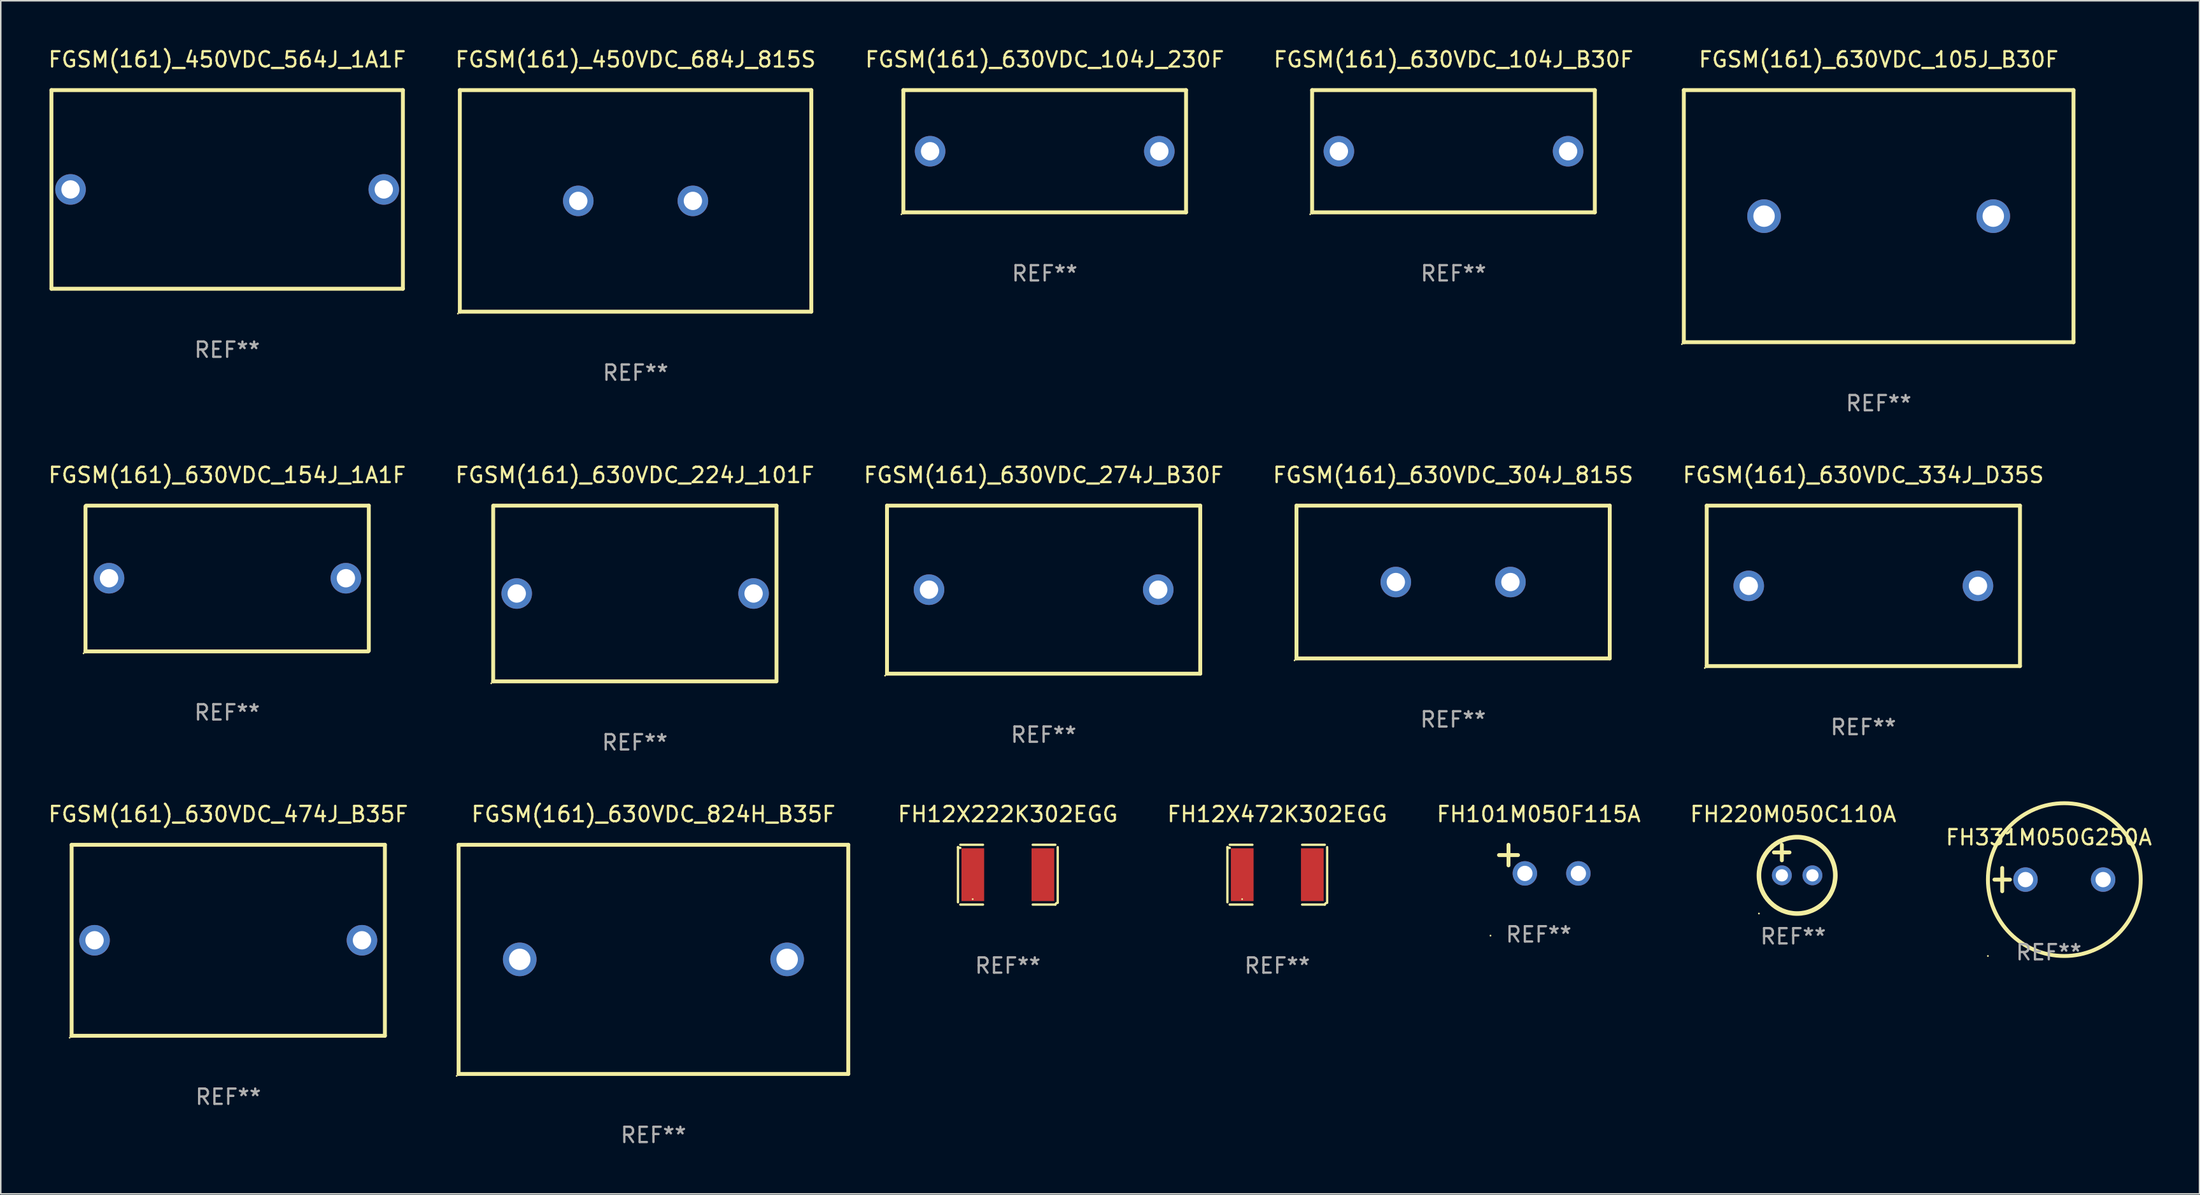
<source format=kicad_pcb>
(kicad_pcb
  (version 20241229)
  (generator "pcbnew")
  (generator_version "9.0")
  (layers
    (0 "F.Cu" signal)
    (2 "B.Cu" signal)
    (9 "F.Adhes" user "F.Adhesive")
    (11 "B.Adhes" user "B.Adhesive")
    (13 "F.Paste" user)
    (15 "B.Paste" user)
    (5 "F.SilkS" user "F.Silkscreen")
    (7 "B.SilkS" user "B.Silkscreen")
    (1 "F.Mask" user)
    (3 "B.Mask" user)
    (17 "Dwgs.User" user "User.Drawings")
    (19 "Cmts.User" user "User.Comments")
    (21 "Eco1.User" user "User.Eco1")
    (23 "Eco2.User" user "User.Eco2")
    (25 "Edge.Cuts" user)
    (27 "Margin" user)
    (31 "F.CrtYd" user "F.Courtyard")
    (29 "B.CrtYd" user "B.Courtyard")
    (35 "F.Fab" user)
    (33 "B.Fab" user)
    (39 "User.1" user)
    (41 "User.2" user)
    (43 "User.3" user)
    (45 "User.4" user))
  (footprint "FGSM(161)_630VDC_154J_1A1F"
    (layer "F.Cu")
    (at 11.815 34.815)
    (property "Reference" "FGSM(161)_630VDC_154J_1A1F" (at 0 -6.77 0) (layer "F.SilkS") (effects (font (size 1 1) (thickness 0.15))))
    (attr through_hole)
    (fp_line (start -9.27 4.77) (end -9.27 -4.73) (stroke (width 0.254) (type solid)) (layer "F.SilkS"))
    (fp_line (start -9.23 -4.77) (end 9.27 -4.77) (stroke (width 0.254) (type solid)) (layer "F.SilkS"))
    (fp_line (start 9.23 4.77) (end -9.27 4.77) (stroke (width 0.254) (type solid)) (layer "F.SilkS"))
    (fp_line (start 9.27 -4.77) (end 9.27 4.73) (stroke (width 0.254) (type solid)) (layer "F.SilkS"))
    (fp_circle (center -9.397 4.897) (end -9.367 4.897) (stroke (width 0.06) (type solid)) (fill no) (layer "F.SilkS"))
    (fp_text user "REF**" (at 0 8.77 0) (layer "F.Fab") (effects (font (size 1 1) (thickness 0.15))))
    (pad "1" thru_hole circle (at -7.73 -0.02) (size 2 2) (drill 1.2) (layers "*.Cu" "*.Mask"))
    (pad "2" thru_hole circle (at 7.77 -0.02) (size 2 2) (drill 1.2) (layers "*.Cu" "*.Mask")))
  (footprint "FGSM(161)_630VDC_224J_101F"
    (layer "F.Cu")
    (at 38.494 35.795)
    (property "Reference" "FGSM(161)_630VDC_224J_101F" (at 0 -7.75 0) (layer "F.SilkS") (effects (font (size 1 1) (thickness 0.15))))
    (attr through_hole)
    (fp_line (start -9.27 5.75) (end -9.27 -5.75) (stroke (width 0.254) (type solid)) (layer "F.SilkS"))
    (fp_line (start -9.23 -5.75) (end 9.27 -5.75) (stroke (width 0.254) (type solid)) (layer "F.SilkS"))
    (fp_line (start 9.23 5.75) (end -9.27 5.75) (stroke (width 0.254) (type solid)) (layer "F.SilkS"))
    (fp_line (start 9.27 -5.75) (end 9.27 5.75) (stroke (width 0.254) (type solid)) (layer "F.SilkS"))
    (fp_circle (center -9.397 5.877) (end -9.367 5.877) (stroke (width 0.06) (type solid)) (fill no) (layer "F.SilkS"))
    (fp_text user "REF**" (at 0 9.75 0) (layer "F.Fab") (effects (font (size 1 1) (thickness 0.15))))
    (pad "1" thru_hole circle (at -7.73 0) (size 2 2) (drill 1.2) (layers "*.Cu" "*.Mask"))
    (pad "2" thru_hole circle (at 7.77 0) (size 2 2) (drill 1.2) (layers "*.Cu" "*.Mask")))
  (footprint "FGSM(161)_630VDC_334J_D35S"
    (layer "F.Cu")
    (at 118.887 35.295)
    (property "Reference" "FGSM(161)_630VDC_334J_D35S" (at 0 -7.25 0) (layer "F.SilkS") (effects (font (size 1 1) (thickness 0.15))))
    (attr through_hole)
    (fp_line (start -10.25 -5.25) (end 10.25 -5.25) (stroke (width 0.254) (type solid)) (layer "F.SilkS"))
    (fp_line (start -10.25 5.25) (end -10.25 -5.25) (stroke (width 0.254) (type solid)) (layer "F.SilkS"))
    (fp_line (start 10.25 -5.25) (end 10.25 5.25) (stroke (width 0.254) (type solid)) (layer "F.SilkS"))
    (fp_line (start 10.25 5.25) (end -10.25 5.25) (stroke (width 0.254) (type solid)) (layer "F.SilkS"))
    (fp_circle (center -10.377 5.377) (end -10.347 5.377) (stroke (width 0.06) (type solid)) (fill no) (layer "F.SilkS"))
    (fp_text user "REF**" (at 0 9.25 0) (layer "F.Fab") (effects (font (size 1 1) (thickness 0.15))))
    (pad "1" thru_hole circle (at -7.5 0) (size 2 2) (drill 1.2) (layers "*.Cu" "*.Mask"))
    (pad "2" thru_hole circle (at 7.5 0) (size 2 2) (drill 1.2) (layers "*.Cu" "*.Mask")))
  (footprint "FGSM(161)_450VDC_684J_815S"
    (layer "F.Cu")
    (at 38.542 10.098)
    (property "Reference" "FGSM(161)_450VDC_684J_815S" (at 0 -9.25 0) (layer "F.SilkS") (effects (font (size 1 1) (thickness 0.15))))
    (attr through_hole)
    (fp_line (start -11.5 -7.25) (end 11.5 -7.25) (stroke (width 0.254) (type solid)) (layer "F.SilkS"))
    (fp_line (start -11.5 7.25) (end -11.5 -7.25) (stroke (width 0.254) (type solid)) (layer "F.SilkS"))
    (fp_line (start 11.5 -7.25) (end 11.5 7.25) (stroke (width 0.254) (type solid)) (layer "F.SilkS"))
    (fp_line (start 11.5 7.25) (end -11.5 7.25) (stroke (width 0.254) (type solid)) (layer "F.SilkS"))
    (fp_circle (center -11.627 7.377) (end -11.597 7.377) (stroke (width 0.06) (type solid)) (fill no) (layer "F.SilkS"))
    (fp_text user "REF**" (at 0 11.25 0) (layer "F.Fab") (effects (font (size 1 1) (thickness 0.15))))
    (pad "1" thru_hole circle (at -3.75 0) (size 2 2) (drill 1.2) (layers "*.Cu" "*.Mask"))
    (pad "2" thru_hole circle (at 3.75 0) (size 2 2) (drill 1.2) (layers "*.Cu" "*.Mask")))
  (footprint "FH101M050F115A"
    (layer "F.Cu")
    (at 97.641 53.178)
    (property "Reference" "FH101M050F115A" (at 0 -2.937 0) (layer "F.SilkS") (effects (font (size 1 1) (thickness 0.15))))
    (attr through_hole)
    (fp_line (start -1.975 0.41) (end -1.975 -0.937) (stroke (width 0.254) (type solid)) (layer "F.SilkS"))
    (fp_line (start -1.353 -0.263) (end -2.597 -0.263) (stroke (width 0.254) (type solid)) (layer "F.SilkS"))
    (fp_arc (start 0.849809 -3.063957) (mid 0.885369 -3.064114) (end 0.920929 -3.063957) (stroke (width 0.254001) (type solid)) (layer "F.SilkS"))
    (fp_circle (center -3.154 5.008) (end -3.124 5.008) (stroke (width 0.06) (type solid)) (fill no) (layer "F.SilkS"))
    (fp_text user "REF**" (at 0 4.937 0) (layer "F.Fab") (effects (font (size 1 1) (thickness 0.15))))
    (pad "1" thru_hole circle (at -0.903 0.937) (size 1.6 1.6) (drill 1) (layers "*.Cu" "*.Mask"))
    (pad "2" thru_hole circle (at 2.597 0.937) (size 1.6 1.6) (drill 1) (layers "*.Cu" "*.Mask")))
  (footprint "FGSM(161)_630VDC_824H_B35F"
    (layer "F.Cu")
    (at 39.711 59.741)
    (property "Reference" "FGSM(161)_630VDC_824H_B35F" (at 0 -9.5 0) (layer "F.SilkS") (effects (font (size 1 1) (thickness 0.15))))
    (attr through_hole)
    (fp_line (start -12.75 -7.5) (end 12.75 -7.5) (stroke (width 0.254) (type solid)) (layer "F.SilkS"))
    (fp_line (start -12.75 7.5) (end -12.75 -7.5) (stroke (width 0.254) (type solid)) (layer "F.SilkS"))
    (fp_line (start 12.75 -7.5) (end 12.75 7.5) (stroke (width 0.254) (type solid)) (layer "F.SilkS"))
    (fp_line (start 12.75 7.5) (end -12.75 7.5) (stroke (width 0.254) (type solid)) (layer "F.SilkS"))
    (fp_circle (center -12.877 7.627) (end -12.847 7.627) (stroke (width 0.06) (type solid)) (fill no) (layer "F.SilkS"))
    (fp_text user "REF**" (at 0 11.5 0) (layer "F.Fab") (effects (font (size 1 1) (thickness 0.15))))
    (pad "1" thru_hole circle (at -8.75 0) (size 2.2 2.2) (drill 1.4) (layers "*.Cu" "*.Mask"))
    (pad "2" thru_hole circle (at 8.75 0) (size 2.2 2.2) (drill 1.4) (layers "*.Cu" "*.Mask")))
  (footprint "FGSM(161)_630VDC_104J_B30F"
    (layer "F.Cu")
    (at 92.065 6.848)
    (property "Reference" "FGSM(161)_630VDC_104J_B30F" (at 0 -6 0) (layer "F.SilkS") (effects (font (size 1 1) (thickness 0.15))))
    (attr through_hole)
    (fp_line (start -9.25 -4) (end 9.25 -4) (stroke (width 0.254) (type solid)) (layer "F.SilkS"))
    (fp_line (start -9.25 4) (end -9.25 -4) (stroke (width 0.254) (type solid)) (layer "F.SilkS"))
    (fp_line (start 9.25 -4) (end 9.25 4) (stroke (width 0.254) (type solid)) (layer "F.SilkS"))
    (fp_line (start 9.25 4) (end -9.25 4) (stroke (width 0.254) (type solid)) (layer "F.SilkS"))
    (fp_circle (center -9.377 4.127) (end -9.347 4.127) (stroke (width 0.06) (type solid)) (fill no) (layer "F.SilkS"))
    (fp_text user "REF**" (at 0 8 0) (layer "F.Fab") (effects (font (size 1 1) (thickness 0.15))))
    (pad "1" thru_hole circle (at -7.5 0) (size 2 2) (drill 1.2) (layers "*.Cu" "*.Mask"))
    (pad "2" thru_hole circle (at 7.5 0) (size 2 2) (drill 1.2) (layers "*.Cu" "*.Mask")))
  (footprint "FGSM(161)_630VDC_274J_B30F"
    (layer "F.Cu")
    (at 65.244 35.544)
    (property "Reference" "FGSM(161)_630VDC_274J_B30F" (at 0 -7.499 0) (layer "F.SilkS") (effects (font (size 1 1) (thickness 0.15))))
    (attr through_hole)
    (fp_line (start -10.249 -5.499) (end 10.249 -5.499) (stroke (width 0.254) (type solid)) (layer "F.SilkS"))
    (fp_line (start -10.249 5.499) (end -10.249 -5.499) (stroke (width 0.254) (type solid)) (layer "F.SilkS"))
    (fp_line (start 10.249 -5.499) (end 10.249 5.499) (stroke (width 0.254) (type solid)) (layer "F.SilkS"))
    (fp_line (start 10.249 5.499) (end -10.249 5.499) (stroke (width 0.254) (type solid)) (layer "F.SilkS"))
    (fp_circle (center -10.376 5.626) (end -10.346 5.626) (stroke (width 0.06) (type solid)) (fill no) (layer "F.SilkS"))
    (fp_text user "REF**" (at 0 9.499 0) (layer "F.Fab") (effects (font (size 1 1) (thickness 0.15))))
    (pad "1" thru_hole circle (at -7.5 0) (size 2 2) (drill 1.2) (layers "*.Cu" "*.Mask"))
    (pad "2" thru_hole circle (at 7.5 0) (size 2 2) (drill 1.2) (layers "*.Cu" "*.Mask")))
  (footprint "FGSM(161)_450VDC_564J_1A1F"
    (layer "F.Cu")
    (at 11.815 9.348)
    (property "Reference" "FGSM(161)_450VDC_564J_1A1F" (at 0 -8.5 0) (layer "F.SilkS") (effects (font (size 1 1) (thickness 0.15))))
    (attr through_hole)
    (fp_line (start -11.5 -6.5) (end 11.5 -6.5) (stroke (width 0.254) (type solid)) (layer "F.SilkS"))
    (fp_line (start -11.5 6.5) (end -11.5 -6.5) (stroke (width 0.254) (type solid)) (layer "F.SilkS"))
    (fp_line (start 11.5 -6.5) (end 11.5 6.5) (stroke (width 0.254) (type solid)) (layer "F.SilkS"))
    (fp_line (start 11.5 6.5) (end -11.5 6.5) (stroke (width 0.254) (type solid)) (layer "F.SilkS"))
    (fp_circle (center -11.5 6.5) (end -11.47 6.5) (stroke (width 0.06) (type solid)) (fill no) (layer "F.SilkS"))
    (fp_text user "REF**" (at 0 10.5 0) (layer "F.Fab") (effects (font (size 1 1) (thickness 0.15))))
    (pad "1" thru_hole circle (at -10.25 -0.000064) (size 2 2) (drill 1.2) (layers "*.Cu" "*.Mask"))
    (pad "2" thru_hole circle (at 10.25 -0.000064) (size 2 2) (drill 1.2) (layers "*.Cu" "*.Mask")))
  (footprint "FH12X472K302EGG"
    (layer "F.Cu")
    (at 80.534 54.198)
    (property "Reference" "FH12X472K302EGG" (at 0 -3.957 0) (layer "F.SilkS") (effects (font (size 1 1) (thickness 0.15))))
    (attr through_hole)
    (fp_line (start -3.264 1.804) (end -3.264 -1.804) (stroke (width 0.152) (type solid)) (layer "F.SilkS"))
    (fp_line (start -3.111 -1.957) (end -1.626 -1.957) (stroke (width 0.152) (type solid)) (layer "F.SilkS"))
    (fp_line (start -1.626 1.957) (end -3.111 1.957) (stroke (width 0.152) (type solid)) (layer "F.SilkS"))
    (fp_line (start 1.626 1.957) (end 3.111 1.957) (stroke (width 0.152) (type solid)) (layer "F.SilkS"))
    (fp_line (start 3.111 -1.957) (end 1.626 -1.957) (stroke (width 0.152) (type solid)) (layer "F.SilkS"))
    (fp_line (start 3.264 1.804) (end 3.264 -1.804) (stroke (width 0.152) (type solid)) (layer "F.SilkS"))
    (fp_arc (start -3.111202 -1.752192) (mid -3.191715 -1.76555) (end -3.263602 -1.804191) (stroke (width 0.1524) (type solid)) (layer "F.SilkS"))
    (fp_arc (start 3.111201 1.956591) (mid 3.167789 1.872777) (end 3.263602 1.840424) (stroke (width 0.1524) (type solid)) (layer "F.SilkS"))
    (fp_circle (center -2.3 1.6) (end -2.27 1.6) (stroke (width 0.06) (type solid)) (fill no) (layer "F.SilkS"))
    (fp_text user "REF**" (at 0 5.957 0) (layer "F.Fab") (effects (font (size 1 1) (thickness 0.15))))
    (pad "1" smd rect (at -2.293 0) (size 1.485 3.456) (layers "F.Cu" "F.Mask" "F.Paste"))
    (pad "2" smd rect (at 2.293 0) (size 1.485 3.456) (layers "F.Cu" "F.Mask" "F.Paste")))
  (footprint "FGSM(161)_630VDC_105J_B30F"
    (layer "F.Cu")
    (at 119.889 11.098)
    (property "Reference" "FGSM(161)_630VDC_105J_B30F" (at 0 -10.25 0) (layer "F.SilkS") (effects (font (size 1 1) (thickness 0.15))))
    (attr through_hole)
    (fp_line (start -12.75 -8.25) (end 12.75 -8.25) (stroke (width 0.254) (type solid)) (layer "F.SilkS"))
    (fp_line (start -12.75 8.25) (end -12.75 -8.25) (stroke (width 0.254) (type solid)) (layer "F.SilkS"))
    (fp_line (start 12.75 -8.25) (end 12.75 8.25) (stroke (width 0.254) (type solid)) (layer "F.SilkS"))
    (fp_line (start 12.75 8.25) (end -12.75 8.25) (stroke (width 0.254) (type solid)) (layer "F.SilkS"))
    (fp_circle (center -12.877 8.377) (end -12.847 8.377) (stroke (width 0.06) (type solid)) (fill no) (layer "F.SilkS"))
    (fp_text user "REF**" (at 0 12.25 0) (layer "F.Fab") (effects (font (size 1 1) (thickness 0.15))))
    (pad "1" thru_hole circle (at -7.5 0) (size 2.2 2.2) (drill 1.4) (layers "*.Cu" "*.Mask"))
    (pad "2" thru_hole circle (at 7.5 0) (size 2.2 2.2) (drill 1.4) (layers "*.Cu" "*.Mask")))
  (footprint "FH220M050C110A"
    (layer "F.Cu")
    (at 114.296 53.241)
    (property "Reference" "FH220M050C110A" (at 0 -3 0) (layer "F.SilkS") (effects (font (size 1 1) (thickness 0.15))))
    (attr through_hole)
    (fp_line (start -1.258 -0.5) (end -0.242 -0.5) (stroke (width 0.254) (type solid)) (layer "F.SilkS"))
    (fp_line (start -0.742 -1) (end -0.742 0.016) (stroke (width 0.254) (type solid)) (layer "F.SilkS"))
    (fp_circle (center -2.242 3.5) (end -2.212 3.5) (stroke (width 0.06) (type solid)) (fill no) (layer "F.SilkS"))
    (fp_circle (center 0.258 1) (end 2.758 1) (stroke (width 0.3) (type solid)) (fill no) (layer "F.SilkS"))
    (fp_text user "REF**" (at 0 5 0) (layer "F.Fab") (effects (font (size 1 1) (thickness 0.15))))
    (pad "1" thru_hole circle (at -0.742 1) (size 1.3 1.3) (drill 0.8) (layers "*.Cu" "*.Mask"))
    (pad "2" thru_hole circle (at 1.258 1) (size 1.3 1.3) (drill 0.8) (layers "*.Cu" "*.Mask")))
  (footprint "FH331M050G250A"
    (layer "F.Cu")
    (at 131.022 54.52)
    (property "Reference" "FH331M050G250A" (at 0 -2.762 0) (layer "F.SilkS") (effects (font (size 1 1) (thickness 0.15))))
    (attr through_hole)
    (fp_line (start -3.556 0) (end -2.54 0) (stroke (width 0.254) (type solid)) (layer "F.SilkS"))
    (fp_line (start -3.048 -0.762) (end -3.048 0.762) (stroke (width 0.254) (type solid)) (layer "F.SilkS"))
    (fp_circle (center -3.984 5) (end -3.954 5) (stroke (width 0.06) (type solid)) (fill no) (layer "F.SilkS"))
    (fp_circle (center 1.016 0) (end 6.016 0) (stroke (width 0.254) (type solid)) (fill no) (layer "F.SilkS"))
    (fp_text user "REF**" (at 0 4.762 0) (layer "F.Fab") (effects (font (size 1 1) (thickness 0.15))))
    (pad "1" thru_hole circle (at -1.524 0) (size 1.6 1.6) (drill 1) (layers "*.Cu" "*.Mask"))
    (pad "2" thru_hole circle (at 3.556 0) (size 1.6 1.6) (drill 1) (layers "*.Cu" "*.Mask")))
  (footprint "FGSM(161)_630VDC_304J_815S"
    (layer "F.Cu")
    (at 92.042 35.045)
    (property "Reference" "FGSM(161)_630VDC_304J_815S" (at 0 -7 0) (layer "F.SilkS") (effects (font (size 1 1) (thickness 0.15))))
    (attr through_hole)
    (fp_line (start -10.25 -5) (end 10.25 -5) (stroke (width 0.254) (type solid)) (layer "F.SilkS"))
    (fp_line (start -10.25 5) (end -10.25 -5) (stroke (width 0.254) (type solid)) (layer "F.SilkS"))
    (fp_line (start 10.25 -5) (end 10.25 5) (stroke (width 0.254) (type solid)) (layer "F.SilkS"))
    (fp_line (start 10.25 5) (end -10.25 5) (stroke (width 0.254) (type solid)) (layer "F.SilkS"))
    (fp_circle (center -10.377 5.127) (end -10.347 5.127) (stroke (width 0.06) (type solid)) (fill no) (layer "F.SilkS"))
    (fp_text user "REF**" (at 0 9 0) (layer "F.Fab") (effects (font (size 1 1) (thickness 0.15))))
    (pad "1" thru_hole circle (at -3.75 0) (size 2 2) (drill 1.2) (layers "*.Cu" "*.Mask"))
    (pad "2" thru_hole circle (at 3.75 0) (size 2 2) (drill 1.2) (layers "*.Cu" "*.Mask")))
  (footprint "FGSM(161)_630VDC_104J_230F"
    (layer "F.Cu")
    (at 65.315 6.848)
    (property "Reference" "FGSM(161)_630VDC_104J_230F" (at 0 -6 0) (layer "F.SilkS") (effects (font (size 1 1) (thickness 0.15))))
    (attr through_hole)
    (fp_line (start -9.25 -4) (end 9.25 -4) (stroke (width 0.254) (type solid)) (layer "F.SilkS"))
    (fp_line (start -9.25 4) (end -9.25 -4) (stroke (width 0.254) (type solid)) (layer "F.SilkS"))
    (fp_line (start 9.25 -4) (end 9.25 4) (stroke (width 0.254) (type solid)) (layer "F.SilkS"))
    (fp_line (start 9.25 4) (end -9.25 4) (stroke (width 0.254) (type solid)) (layer "F.SilkS"))
    (fp_circle (center -9.377 4.127) (end -9.347 4.127) (stroke (width 0.06) (type solid)) (fill no) (layer "F.SilkS"))
    (fp_text user "REF**" (at 0 8 0) (layer "F.Fab") (effects (font (size 1 1) (thickness 0.15))))
    (pad "1" thru_hole circle (at -7.5 0) (size 2 2) (drill 1.2) (layers "*.Cu" "*.Mask"))
    (pad "2" thru_hole circle (at 7.5 0) (size 2 2) (drill 1.2) (layers "*.Cu" "*.Mask")))
  (footprint "FGSM(161)_630VDC_474J_B35F"
    (layer "F.Cu")
    (at 11.887 58.491)
    (property "Reference" "FGSM(161)_630VDC_474J_B35F" (at 0 -8.25 0) (layer "F.SilkS") (effects (font (size 1 1) (thickness 0.15))))
    (attr through_hole)
    (fp_line (start -10.25 -6.25) (end 10.25 -6.25) (stroke (width 0.254) (type solid)) (layer "F.SilkS"))
    (fp_line (start -10.25 6.25) (end -10.25 -6.25) (stroke (width 0.254) (type solid)) (layer "F.SilkS"))
    (fp_line (start 10.25 -6.25) (end 10.25 6.25) (stroke (width 0.254) (type solid)) (layer "F.SilkS"))
    (fp_line (start 10.25 6.25) (end -10.25 6.25) (stroke (width 0.254) (type solid)) (layer "F.SilkS"))
    (fp_circle (center -10.377 6.377) (end -10.347 6.377) (stroke (width 0.06) (type solid)) (fill no) (layer "F.SilkS"))
    (fp_text user "REF**" (at 0 10.25 0) (layer "F.Fab") (effects (font (size 1 1) (thickness 0.15))))
    (pad "1" thru_hole circle (at -8.75 0) (size 2 2) (drill 1.2) (layers "*.Cu" "*.Mask"))
    (pad "2" thru_hole circle (at 8.75 0) (size 2 2) (drill 1.2) (layers "*.Cu" "*.Mask")))
  (footprint "FH12X222K302EGG"
    (layer "F.Cu")
    (at 62.903 54.198)
    (property "Reference" "FH12X222K302EGG" (at 0 -3.957 0) (layer "F.SilkS") (effects (font (size 1 1) (thickness 0.15))))
    (attr through_hole)
    (fp_line (start -3.264 1.804) (end -3.264 -1.804) (stroke (width 0.152) (type solid)) (layer "F.SilkS"))
    (fp_line (start -3.111 -1.957) (end -1.626 -1.957) (stroke (width 0.152) (type solid)) (layer "F.SilkS"))
    (fp_line (start -1.626 1.957) (end -3.111 1.957) (stroke (width 0.152) (type solid)) (layer "F.SilkS"))
    (fp_line (start 1.626 1.957) (end 3.111 1.957) (stroke (width 0.152) (type solid)) (layer "F.SilkS"))
    (fp_line (start 3.111 -1.957) (end 1.626 -1.957) (stroke (width 0.152) (type solid)) (layer "F.SilkS"))
    (fp_line (start 3.264 1.804) (end 3.264 -1.804) (stroke (width 0.152) (type solid)) (layer "F.SilkS"))
    (fp_arc (start -3.111202 -1.752192) (mid -3.191715 -1.76555) (end -3.263602 -1.804191) (stroke (width 0.1524) (type solid)) (layer "F.SilkS"))
    (fp_arc (start 3.111201 1.956591) (mid 3.167789 1.872777) (end 3.263602 1.840424) (stroke (width 0.1524) (type solid)) (layer "F.SilkS"))
    (fp_circle (center -2.3 1.6) (end -2.27 1.6) (stroke (width 0.06) (type solid)) (fill no) (layer "F.SilkS"))
    (fp_text user "REF**" (at 0 5.957 0) (layer "F.Fab") (effects (font (size 1 1) (thickness 0.15))))
    (pad "1" smd rect (at -2.293 0) (size 1.485 3.456) (layers "F.Cu" "F.Mask" "F.Paste"))
    (pad "2" smd rect (at 2.293 0) (size 1.485 3.456) (layers "F.Cu" "F.Mask" "F.Paste")))
  (gr_rect
    (start -3 -3)
    (end 140.885 75.09)
    (stroke (width 0.1) (type default))
    (fill no)
    (layer "Edge.Cuts")))
</source>
